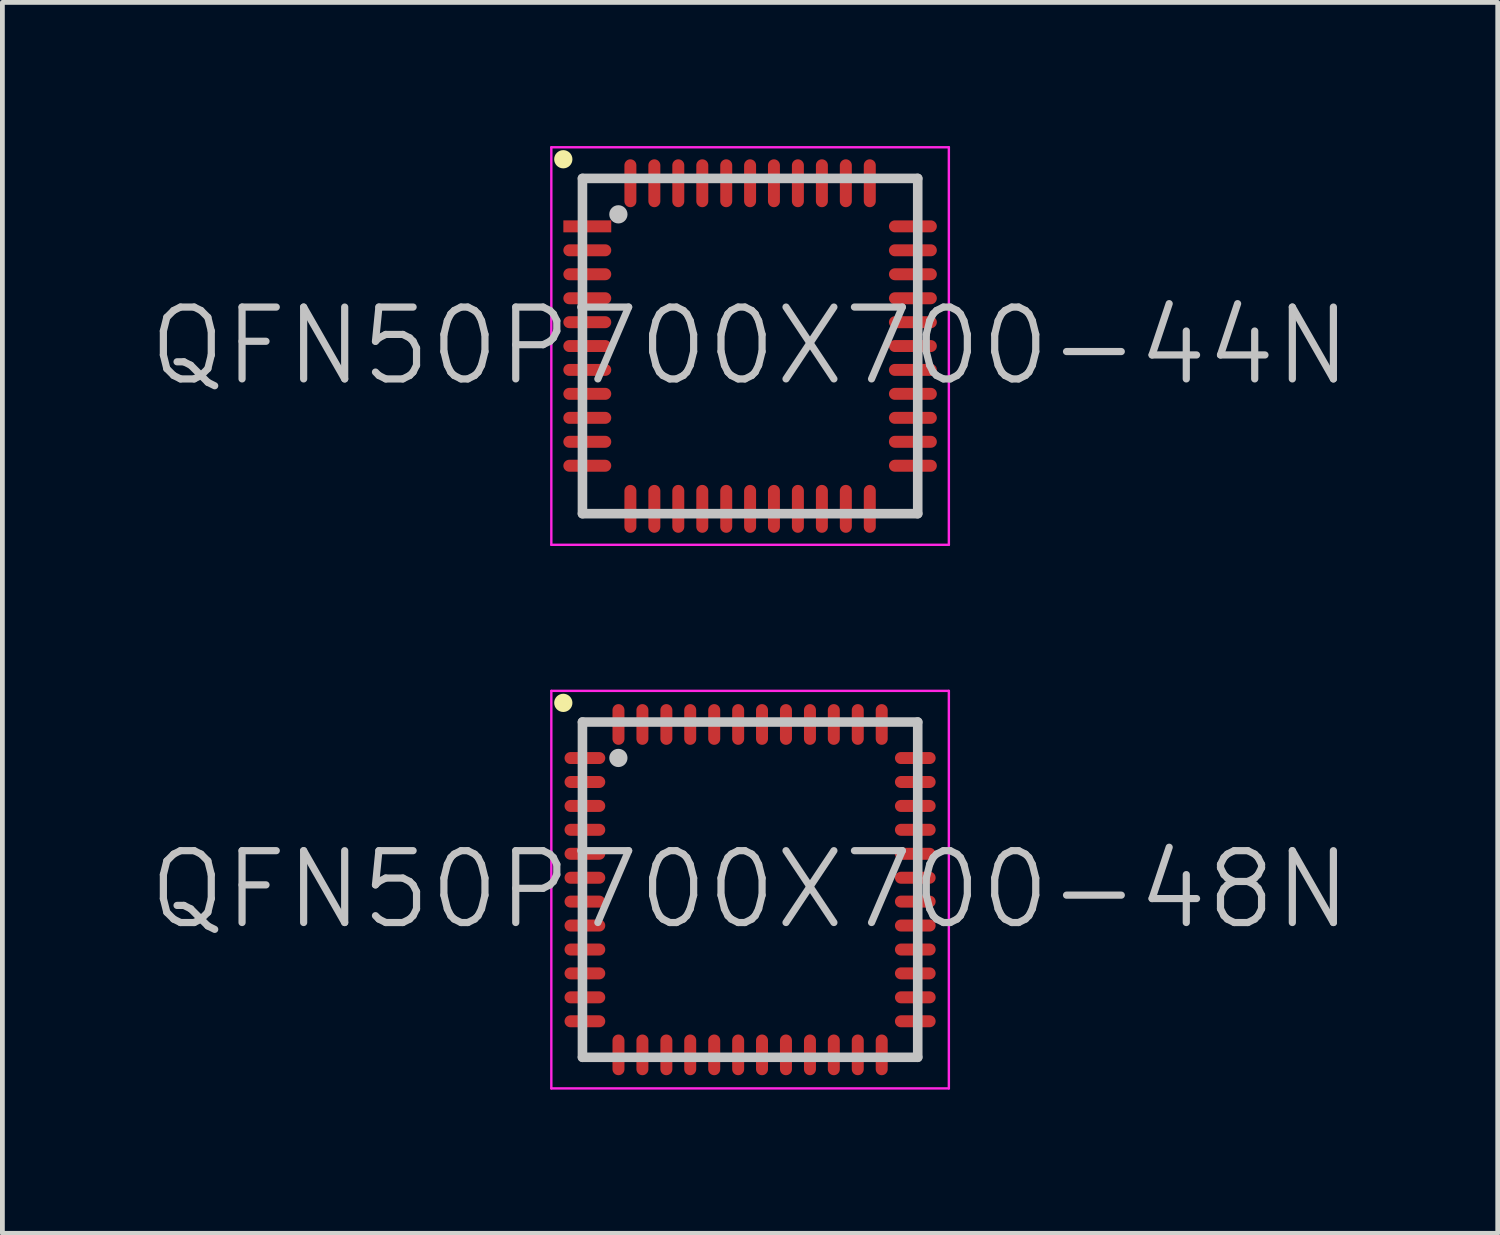
<source format=kicad_pcb>
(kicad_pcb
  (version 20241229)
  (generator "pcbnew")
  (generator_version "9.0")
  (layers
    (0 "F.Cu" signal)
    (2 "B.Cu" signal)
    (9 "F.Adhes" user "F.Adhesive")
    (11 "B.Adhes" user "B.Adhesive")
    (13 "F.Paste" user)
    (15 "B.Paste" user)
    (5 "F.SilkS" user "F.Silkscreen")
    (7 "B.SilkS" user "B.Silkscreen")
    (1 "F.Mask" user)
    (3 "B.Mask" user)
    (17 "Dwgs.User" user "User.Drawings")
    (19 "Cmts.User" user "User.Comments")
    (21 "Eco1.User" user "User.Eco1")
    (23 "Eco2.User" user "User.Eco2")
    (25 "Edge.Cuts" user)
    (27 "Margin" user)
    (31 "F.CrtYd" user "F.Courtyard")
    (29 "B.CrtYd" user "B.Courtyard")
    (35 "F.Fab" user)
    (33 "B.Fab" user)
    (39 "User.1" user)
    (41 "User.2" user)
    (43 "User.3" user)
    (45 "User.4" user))
  (footprint "QFN50P700X700-48N"
    (layer "F.Cu")
    (at 12.611 15.525)
    (property "Reference" "QFN50P700X700-48N" (at 0 0 0) (layer "Dwgs.User") (effects (font (size 1.5 1.5) (thickness 0.15))))
    (attr smd)
    (fp_line (start -3.9 -3.9) (end -3.9 -3.9) (stroke (width 0.381) (type solid)) (layer "F.SilkS"))
    (fp_line (start -3.5 -3.5) (end -3.5 3.5) (stroke (width 0.2) (type solid)) (layer "Dwgs.User"))
    (fp_line (start -3.5 -3.5) (end 3.5 -3.5) (stroke (width 0.2) (type solid)) (layer "Dwgs.User"))
    (fp_line (start -3.5 3.5) (end 3.5 3.5) (stroke (width 0.2) (type solid)) (layer "Dwgs.User"))
    (fp_line (start -2.75 -2.75) (end -2.75 -2.75) (stroke (width 0.381) (type solid)) (layer "Dwgs.User"))
    (fp_line (start 3.5 -3.5) (end 3.5 3.5) (stroke (width 0.2) (type solid)) (layer "Dwgs.User"))
    (fp_line (start -4.15 -4.15) (end -4.15 4.15) (stroke (width 0.05) (type solid)) (layer "F.CrtYd"))
    (fp_line (start -4.15 -4.15) (end 4.15 -4.15) (stroke (width 0.05) (type solid)) (layer "F.CrtYd"))
    (fp_line (start -4.15 4.15) (end 4.15 4.15) (stroke (width 0.05) (type solid)) (layer "F.CrtYd"))
    (fp_line (start 4.15 -4.15) (end 4.15 4.15) (stroke (width 0.05) (type solid)) (layer "F.CrtYd"))
    (pad "1" smd oval (at -3.449 -2.748 90) (size 0.25 0.85) (layers "F.Cu" "F.Mask" "F.Paste"))
    (pad "2" smd oval (at -3.449 -2.248 90) (size 0.25 0.85) (layers "F.Cu" "F.Mask" "F.Paste"))
    (pad "3" smd oval (at -3.449 -1.748 90) (size 0.25 0.85) (layers "F.Cu" "F.Mask" "F.Paste"))
    (pad "4" smd oval (at -3.449 -1.25 90) (size 0.25 0.85) (layers "F.Cu" "F.Mask" "F.Paste"))
    (pad "5" smd oval (at -3.449 -0.749 90) (size 0.25 0.85) (layers "F.Cu" "F.Mask" "F.Paste"))
    (pad "6" smd oval (at -3.449 -0.249 90) (size 0.25 0.85) (layers "F.Cu" "F.Mask" "F.Paste"))
    (pad "7" smd oval (at -3.449 0.249 90) (size 0.25 0.85) (layers "F.Cu" "F.Mask" "F.Paste"))
    (pad "8" smd oval (at -3.449 0.749 90) (size 0.25 0.85) (layers "F.Cu" "F.Mask" "F.Paste"))
    (pad "9" smd oval (at -3.449 1.25 90) (size 0.25 0.85) (layers "F.Cu" "F.Mask" "F.Paste"))
    (pad "10" smd oval (at -3.449 1.748 90) (size 0.25 0.85) (layers "F.Cu" "F.Mask" "F.Paste"))
    (pad "11" smd oval (at -3.449 2.248 90) (size 0.25 0.85) (layers "F.Cu" "F.Mask" "F.Paste"))
    (pad "12" smd oval (at -3.449 2.748 90) (size 0.25 0.85) (layers "F.Cu" "F.Mask" "F.Paste"))
    (pad "13" smd oval (at -2.748 3.449 180) (size 0.25 0.85) (layers "F.Cu" "F.Mask" "F.Paste"))
    (pad "14" smd oval (at -2.248 3.449 180) (size 0.25 0.85) (layers "F.Cu" "F.Mask" "F.Paste"))
    (pad "15" smd oval (at -1.748 3.449 180) (size 0.25 0.85) (layers "F.Cu" "F.Mask" "F.Paste"))
    (pad "16" smd oval (at -1.25 3.449 180) (size 0.25 0.85) (layers "F.Cu" "F.Mask" "F.Paste"))
    (pad "17" smd oval (at -0.749 3.449 180) (size 0.25 0.85) (layers "F.Cu" "F.Mask" "F.Paste"))
    (pad "18" smd oval (at -0.249 3.449 180) (size 0.25 0.85) (layers "F.Cu" "F.Mask" "F.Paste"))
    (pad "19" smd oval (at 0.249 3.449 180) (size 0.25 0.85) (layers "F.Cu" "F.Mask" "F.Paste"))
    (pad "20" smd oval (at 0.749 3.449 180) (size 0.25 0.85) (layers "F.Cu" "F.Mask" "F.Paste"))
    (pad "21" smd oval (at 1.25 3.449 180) (size 0.25 0.85) (layers "F.Cu" "F.Mask" "F.Paste"))
    (pad "22" smd oval (at 1.748 3.449 180) (size 0.25 0.85) (layers "F.Cu" "F.Mask" "F.Paste"))
    (pad "23" smd oval (at 2.248 3.449 180) (size 0.25 0.85) (layers "F.Cu" "F.Mask" "F.Paste"))
    (pad "24" smd oval (at 2.748 3.449 180) (size 0.25 0.85) (layers "F.Cu" "F.Mask" "F.Paste"))
    (pad "25" smd oval (at 3.449 2.748 270) (size 0.25 0.85) (layers "F.Cu" "F.Mask" "F.Paste"))
    (pad "26" smd oval (at 3.449 2.248 270) (size 0.25 0.85) (layers "F.Cu" "F.Mask" "F.Paste"))
    (pad "27" smd oval (at 3.449 1.748 270) (size 0.25 0.85) (layers "F.Cu" "F.Mask" "F.Paste"))
    (pad "28" smd oval (at 3.449 1.25 270) (size 0.25 0.85) (layers "F.Cu" "F.Mask" "F.Paste"))
    (pad "29" smd oval (at 3.449 0.749 270) (size 0.25 0.85) (layers "F.Cu" "F.Mask" "F.Paste"))
    (pad "30" smd oval (at 3.449 0.249 270) (size 0.25 0.85) (layers "F.Cu" "F.Mask" "F.Paste"))
    (pad "31" smd oval (at 3.449 -0.249 270) (size 0.25 0.85) (layers "F.Cu" "F.Mask" "F.Paste"))
    (pad "32" smd oval (at 3.449 -0.749 270) (size 0.25 0.85) (layers "F.Cu" "F.Mask" "F.Paste"))
    (pad "33" smd oval (at 3.449 -1.25 270) (size 0.25 0.85) (layers "F.Cu" "F.Mask" "F.Paste"))
    (pad "34" smd oval (at 3.449 -1.748 270) (size 0.25 0.85) (layers "F.Cu" "F.Mask" "F.Paste"))
    (pad "35" smd oval (at 3.449 -2.248 270) (size 0.25 0.85) (layers "F.Cu" "F.Mask" "F.Paste"))
    (pad "36" smd oval (at 3.449 -2.748 270) (size 0.25 0.85) (layers "F.Cu" "F.Mask" "F.Paste"))
    (pad "37" smd oval (at 2.748 -3.449) (size 0.25 0.85) (layers "F.Cu" "F.Mask" "F.Paste"))
    (pad "38" smd oval (at 2.248 -3.449) (size 0.25 0.85) (layers "F.Cu" "F.Mask" "F.Paste"))
    (pad "39" smd oval (at 1.748 -3.449) (size 0.25 0.85) (layers "F.Cu" "F.Mask" "F.Paste"))
    (pad "40" smd oval (at 1.25 -3.449) (size 0.25 0.85) (layers "F.Cu" "F.Mask" "F.Paste"))
    (pad "41" smd oval (at 0.749 -3.449) (size 0.25 0.85) (layers "F.Cu" "F.Mask" "F.Paste"))
    (pad "42" smd oval (at 0.249 -3.449) (size 0.25 0.85) (layers "F.Cu" "F.Mask" "F.Paste"))
    (pad "43" smd oval (at -0.249 -3.449) (size 0.25 0.85) (layers "F.Cu" "F.Mask" "F.Paste"))
    (pad "44" smd oval (at -0.749 -3.449) (size 0.25 0.85) (layers "F.Cu" "F.Mask" "F.Paste"))
    (pad "45" smd oval (at -1.25 -3.449) (size 0.25 0.85) (layers "F.Cu" "F.Mask" "F.Paste"))
    (pad "46" smd oval (at -1.748 -3.449) (size 0.25 0.85) (layers "F.Cu" "F.Mask" "F.Paste"))
    (pad "47" smd oval (at -2.248 -3.449) (size 0.25 0.85) (layers "F.Cu" "F.Mask" "F.Paste"))
    (pad "48" smd oval (at -2.748 -3.449) (size 0.25 0.85) (layers "F.Cu" "F.Mask" "F.Paste")))
  (footprint "QFN50P700X700-44N"
    (layer "F.Cu")
    (at 12.611 4.175)
    (property "Reference" "QFN50P700X700-44N" (at 0 0 0) (layer "Dwgs.User") (effects (font (size 1.5 1.5) (thickness 0.15))))
    (attr smd)
    (fp_line (start -3.9 -3.9) (end -3.9 -3.9) (stroke (width 0.381) (type solid)) (layer "F.SilkS"))
    (fp_line (start -3.5 -3.5) (end -3.5 3.5) (stroke (width 0.2) (type solid)) (layer "Dwgs.User"))
    (fp_line (start -3.5 -3.5) (end 3.5 -3.5) (stroke (width 0.2) (type solid)) (layer "Dwgs.User"))
    (fp_line (start -3.5 3.5) (end 3.5 3.5) (stroke (width 0.2) (type solid)) (layer "Dwgs.User"))
    (fp_line (start -2.75 -2.75) (end -2.75 -2.75) (stroke (width 0.381) (type solid)) (layer "Dwgs.User"))
    (fp_line (start 3.5 -3.5) (end 3.5 3.5) (stroke (width 0.2) (type solid)) (layer "Dwgs.User"))
    (fp_line (start -4.15 -4.15) (end -4.15 4.15) (stroke (width 0.05) (type solid)) (layer "F.CrtYd"))
    (fp_line (start -4.15 -4.15) (end 4.15 -4.15) (stroke (width 0.05) (type solid)) (layer "F.CrtYd"))
    (fp_line (start -4.15 4.15) (end 4.15 4.15) (stroke (width 0.05) (type solid)) (layer "F.CrtYd"))
    (fp_line (start 4.15 -4.15) (end 4.15 4.15) (stroke (width 0.05) (type solid)) (layer "F.CrtYd"))
    (pad "1" smd rect (at -3.399 -2.499 90) (size 0.25 1) (layers "F.Cu" "F.Mask" "F.Paste"))
    (pad "2" smd oval (at -3.399 -1.999 90) (size 0.25 1) (layers "F.Cu" "F.Mask" "F.Paste"))
    (pad "3" smd oval (at -3.399 -1.499 90) (size 0.25 1) (layers "F.Cu" "F.Mask" "F.Paste"))
    (pad "4" smd oval (at -3.399 -0.998 90) (size 0.25 1) (layers "F.Cu" "F.Mask" "F.Paste"))
    (pad "5" smd oval (at -3.399 -0.498 90) (size 0.25 1) (layers "F.Cu" "F.Mask" "F.Paste"))
    (pad "6" smd oval (at -3.399 0 90) (size 0.25 1) (layers "F.Cu" "F.Mask" "F.Paste"))
    (pad "7" smd oval (at -3.399 0.498 90) (size 0.25 1) (layers "F.Cu" "F.Mask" "F.Paste"))
    (pad "8" smd oval (at -3.399 0.998 90) (size 0.25 1) (layers "F.Cu" "F.Mask" "F.Paste"))
    (pad "9" smd oval (at -3.399 1.499 90) (size 0.25 1) (layers "F.Cu" "F.Mask" "F.Paste"))
    (pad "10" smd oval (at -3.399 1.999 90) (size 0.25 1) (layers "F.Cu" "F.Mask" "F.Paste"))
    (pad "11" smd oval (at -3.399 2.499 90) (size 0.25 1) (layers "F.Cu" "F.Mask" "F.Paste"))
    (pad "12" smd oval (at -2.499 3.399 180) (size 0.25 1) (layers "F.Cu" "F.Mask" "F.Paste"))
    (pad "13" smd oval (at -1.999 3.399 180) (size 0.25 1) (layers "F.Cu" "F.Mask" "F.Paste"))
    (pad "14" smd oval (at -1.499 3.399 180) (size 0.25 1) (layers "F.Cu" "F.Mask" "F.Paste"))
    (pad "15" smd oval (at -0.998 3.399 180) (size 0.25 1) (layers "F.Cu" "F.Mask" "F.Paste"))
    (pad "16" smd oval (at -0.498 3.399 180) (size 0.25 1) (layers "F.Cu" "F.Mask" "F.Paste"))
    (pad "17" smd oval (at 0 3.399 180) (size 0.25 1) (layers "F.Cu" "F.Mask" "F.Paste"))
    (pad "18" smd oval (at 0.498 3.399 180) (size 0.25 1) (layers "F.Cu" "F.Mask" "F.Paste"))
    (pad "19" smd oval (at 0.998 3.399 180) (size 0.25 1) (layers "F.Cu" "F.Mask" "F.Paste"))
    (pad "20" smd oval (at 1.499 3.399 180) (size 0.25 1) (layers "F.Cu" "F.Mask" "F.Paste"))
    (pad "21" smd oval (at 1.999 3.399 180) (size 0.25 1) (layers "F.Cu" "F.Mask" "F.Paste"))
    (pad "22" smd oval (at 2.499 3.399 180) (size 0.25 1) (layers "F.Cu" "F.Mask" "F.Paste"))
    (pad "23" smd oval (at 3.399 2.499 270) (size 0.25 1) (layers "F.Cu" "F.Mask" "F.Paste"))
    (pad "24" smd oval (at 3.399 1.999 270) (size 0.25 1) (layers "F.Cu" "F.Mask" "F.Paste"))
    (pad "25" smd oval (at 3.399 1.499 270) (size 0.25 1) (layers "F.Cu" "F.Mask" "F.Paste"))
    (pad "26" smd oval (at 3.399 0.998 270) (size 0.25 1) (layers "F.Cu" "F.Mask" "F.Paste"))
    (pad "27" smd oval (at 3.399 0.498 270) (size 0.25 1) (layers "F.Cu" "F.Mask" "F.Paste"))
    (pad "28" smd oval (at 3.399 0 270) (size 0.25 1) (layers "F.Cu" "F.Mask" "F.Paste"))
    (pad "29" smd oval (at 3.399 -0.498 270) (size 0.25 1) (layers "F.Cu" "F.Mask" "F.Paste"))
    (pad "30" smd oval (at 3.399 -0.998 270) (size 0.25 1) (layers "F.Cu" "F.Mask" "F.Paste"))
    (pad "31" smd oval (at 3.399 -1.499 270) (size 0.25 1) (layers "F.Cu" "F.Mask" "F.Paste"))
    (pad "32" smd oval (at 3.399 -1.999 270) (size 0.25 1) (layers "F.Cu" "F.Mask" "F.Paste"))
    (pad "33" smd oval (at 3.399 -2.499 270) (size 0.25 1) (layers "F.Cu" "F.Mask" "F.Paste"))
    (pad "34" smd oval (at 2.499 -3.399) (size 0.25 1) (layers "F.Cu" "F.Mask" "F.Paste"))
    (pad "35" smd oval (at 1.999 -3.399) (size 0.25 1) (layers "F.Cu" "F.Mask" "F.Paste"))
    (pad "36" smd oval (at 1.499 -3.399) (size 0.25 1) (layers "F.Cu" "F.Mask" "F.Paste"))
    (pad "37" smd oval (at 0.998 -3.399) (size 0.25 1) (layers "F.Cu" "F.Mask" "F.Paste"))
    (pad "38" smd oval (at 0.498 -3.399) (size 0.25 1) (layers "F.Cu" "F.Mask" "F.Paste"))
    (pad "39" smd oval (at 0 -3.399) (size 0.25 1) (layers "F.Cu" "F.Mask" "F.Paste"))
    (pad "40" smd oval (at -0.498 -3.399) (size 0.25 1) (layers "F.Cu" "F.Mask" "F.Paste"))
    (pad "41" smd oval (at -0.998 -3.399) (size 0.25 1) (layers "F.Cu" "F.Mask" "F.Paste"))
    (pad "42" smd oval (at -1.499 -3.399) (size 0.25 1) (layers "F.Cu" "F.Mask" "F.Paste"))
    (pad "43" smd oval (at -1.999 -3.399) (size 0.25 1) (layers "F.Cu" "F.Mask" "F.Paste"))
    (pad "44" smd oval (at -2.499 -3.399) (size 0.25 1) (layers "F.Cu" "F.Mask" "F.Paste")))
  (gr_rect
    (start -3 -3)
    (end 28.221 22.7)
    (stroke (width 0.1) (type default))
    (fill no)
    (layer "Edge.Cuts")))
</source>
